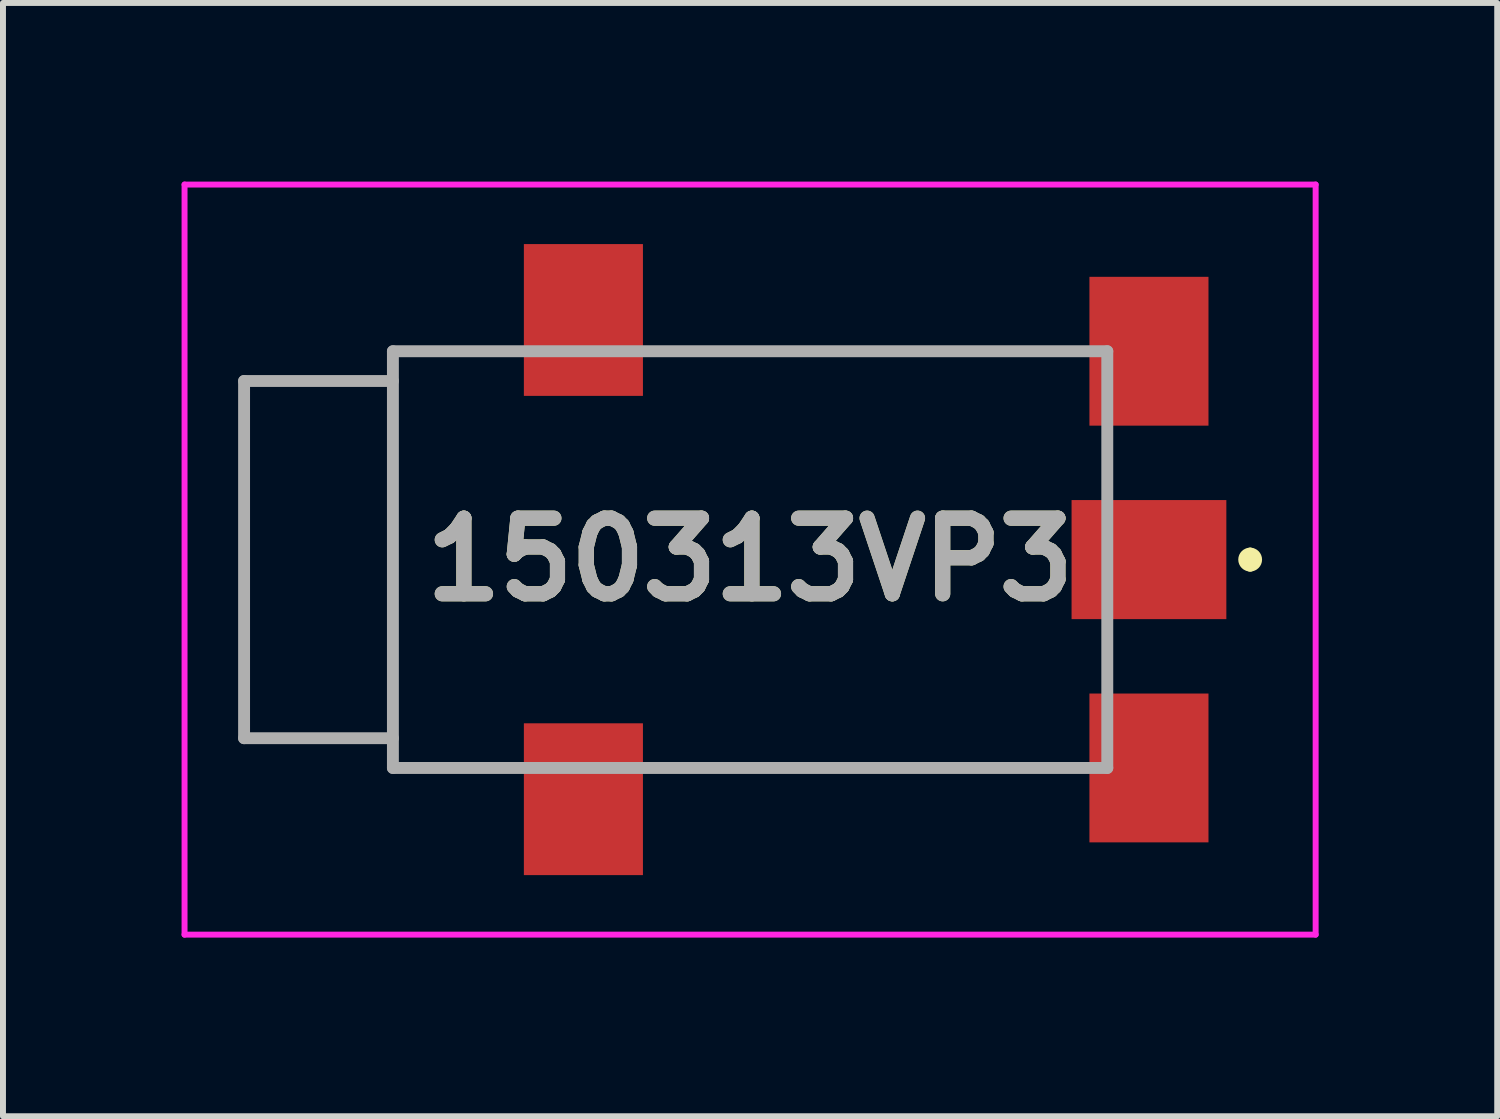
<source format=kicad_pcb>
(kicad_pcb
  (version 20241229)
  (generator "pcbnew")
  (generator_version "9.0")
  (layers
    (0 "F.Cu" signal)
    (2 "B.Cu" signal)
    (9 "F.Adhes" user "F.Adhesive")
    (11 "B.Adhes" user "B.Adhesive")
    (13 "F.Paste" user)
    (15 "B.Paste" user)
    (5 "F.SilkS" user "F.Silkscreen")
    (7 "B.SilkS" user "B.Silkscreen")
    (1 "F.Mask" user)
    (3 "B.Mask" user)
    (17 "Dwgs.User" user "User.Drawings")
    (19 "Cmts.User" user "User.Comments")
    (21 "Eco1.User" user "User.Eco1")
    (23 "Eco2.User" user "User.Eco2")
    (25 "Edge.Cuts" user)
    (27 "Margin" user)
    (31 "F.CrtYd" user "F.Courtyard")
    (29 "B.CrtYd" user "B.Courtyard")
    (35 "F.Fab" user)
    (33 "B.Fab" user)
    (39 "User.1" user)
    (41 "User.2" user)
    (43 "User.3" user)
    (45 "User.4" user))
  (footprint "150313VP3"
    (layer "F.Cu")
    (at 9.55 6.35)
    (property "Reference" "150313VP3" (at 0 0 0) (layer "F.SilkS") (effects (font (size 1.27 1.27) (thickness 0.254))))
    (attr through_hole)
    (fp_line (start -8.5 -3) (end -8.5 3) (stroke (width 0.1) (type solid)) (layer "F.SilkS"))
    (fp_line (start -8.5 3) (end -6 3) (stroke (width 0.1) (type solid)) (layer "F.SilkS"))
    (fp_line (start -6 -3.5) (end -6 -3) (stroke (width 0.1) (type solid)) (layer "F.SilkS"))
    (fp_line (start -6 -3) (end -8.5 -3) (stroke (width 0.1) (type solid)) (layer "F.SilkS"))
    (fp_line (start -6 3) (end -6 3.5) (stroke (width 0.1) (type solid)) (layer "F.SilkS"))
    (fp_line (start -6 3.5) (end -4 3.5) (stroke (width 0.1) (type solid)) (layer "F.SilkS"))
    (fp_line (start -4 -3.5) (end -6 -3.5) (stroke (width 0.1) (type solid)) (layer "F.SilkS"))
    (fp_line (start -1.5 -3.5) (end 5.5 -3.5) (stroke (width 0.1) (type solid)) (layer "F.SilkS"))
    (fp_line (start -1.5 3.5) (end 5.5 3.5) (stroke (width 0.1) (type solid)) (layer "F.SilkS"))
    (fp_line (start 8.4 -0.1) (end 8.4 -0.1) (stroke (width 0.2) (type solid)) (layer "F.SilkS"))
    (fp_line (start 8.4 0.1) (end 8.4 0.1) (stroke (width 0.2) (type solid)) (layer "F.SilkS"))
    (fp_arc (start 8.4 -0.1) (mid 8.5 0) (end 8.4 0.1) (stroke (width 0.2) (type solid)) (layer "F.SilkS"))
    (fp_arc (start 8.4 0.1) (mid 8.3 0) (end 8.4 -0.1) (stroke (width 0.2) (type solid)) (layer "F.SilkS"))
    (fp_line (start -9.5 -6.3) (end 9.5 -6.3) (stroke (width 0.1) (type solid)) (layer "F.CrtYd"))
    (fp_line (start -9.5 6.3) (end -9.5 -6.3) (stroke (width 0.1) (type solid)) (layer "F.CrtYd"))
    (fp_line (start 9.5 -6.3) (end 9.5 6.3) (stroke (width 0.1) (type solid)) (layer "F.CrtYd"))
    (fp_line (start 9.5 6.3) (end -9.5 6.3) (stroke (width 0.1) (type solid)) (layer "F.CrtYd"))
    (fp_line (start -8.5 -3) (end -8.5 3) (stroke (width 0.2) (type solid)) (layer "F.Fab"))
    (fp_line (start -8.5 3) (end -6 3) (stroke (width 0.2) (type solid)) (layer "F.Fab"))
    (fp_line (start -6 -3.5) (end 6 -3.5) (stroke (width 0.2) (type solid)) (layer "F.Fab"))
    (fp_line (start -6 -3) (end -8.5 -3) (stroke (width 0.2) (type solid)) (layer "F.Fab"))
    (fp_line (start -6 3.5) (end -6 -3.5) (stroke (width 0.2) (type solid)) (layer "F.Fab"))
    (fp_line (start 6 -3.5) (end 6 3.5) (stroke (width 0.2) (type solid)) (layer "F.Fab"))
    (fp_line (start 6 3.5) (end -6 3.5) (stroke (width 0.2) (type solid)) (layer "F.Fab"))
    (fp_text user "${REFERENCE}" (at 0 0 0) (layer "F.Fab") (effects (font (size 1.27 1.27) (thickness 0.254))))
    (pad "" np_thru_hole circle (at -4 -1.75) (size 0.001 0.001) (drill 1.2) (layers "*.Cu" "*.Mask"))
    (pad "" np_thru_hole circle (at -4 1.75) (size 0.001 0.001) (drill 1.2) (layers "*.Cu" "*.Mask"))
    (pad "1" smd rect (at 6.7 0 90) (size 2 2.6) (layers "F.Cu" "F.Mask" "F.Paste"))
    (pad "2" smd rect (at 6.7 -3.5) (size 2 2.5) (layers "F.Cu" "F.Mask" "F.Paste"))
    (pad "3" smd rect (at 6.7 3.5) (size 2 2.5) (layers "F.Cu" "F.Mask" "F.Paste"))
    (pad "4" smd rect (at -2.8 -4.025) (size 2 2.55) (layers "F.Cu" "F.Mask" "F.Paste"))
    (pad "5" smd rect (at -2.8 4.025) (size 2 2.55) (layers "F.Cu" "F.Mask" "F.Paste")))
  (gr_rect
    (start -3 -3)
    (end 22.1 15.7)
    (stroke (width 0.1) (type default))
    (fill no)
    (layer "Edge.Cuts")))
</source>
